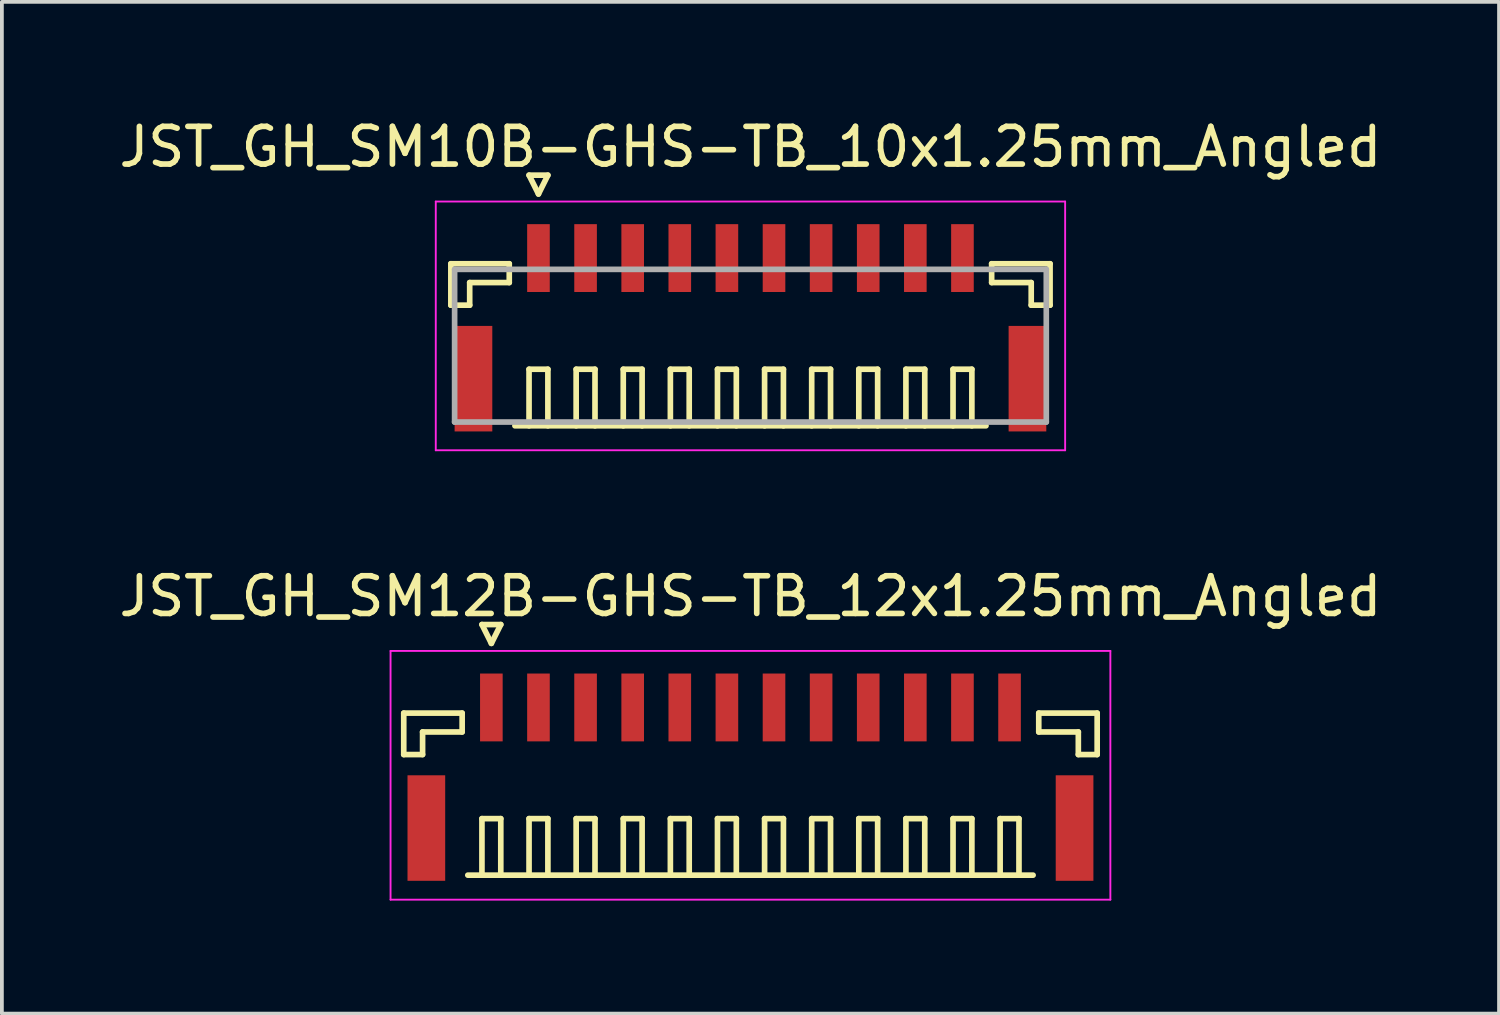
<source format=kicad_pcb>
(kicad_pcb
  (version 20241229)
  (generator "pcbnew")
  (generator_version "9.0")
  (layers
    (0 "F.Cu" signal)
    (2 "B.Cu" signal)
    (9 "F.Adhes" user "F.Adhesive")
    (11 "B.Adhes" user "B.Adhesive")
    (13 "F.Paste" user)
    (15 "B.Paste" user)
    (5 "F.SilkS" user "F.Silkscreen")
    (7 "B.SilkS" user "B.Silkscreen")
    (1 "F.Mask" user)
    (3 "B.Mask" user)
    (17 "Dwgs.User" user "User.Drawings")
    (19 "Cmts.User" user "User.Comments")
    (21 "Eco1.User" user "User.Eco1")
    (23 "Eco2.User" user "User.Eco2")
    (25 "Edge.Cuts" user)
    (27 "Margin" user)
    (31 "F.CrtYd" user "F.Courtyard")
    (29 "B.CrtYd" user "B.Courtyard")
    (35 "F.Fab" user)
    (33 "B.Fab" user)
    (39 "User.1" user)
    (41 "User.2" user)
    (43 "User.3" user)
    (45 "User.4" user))
  (footprint "JST_GH_SM10B-GHS-TB_10x1.25mm_Angled"
    (layer "F.Cu")
    (at 16.863 5.398)
    (property "Reference" "JST_GH_SM10B-GHS-TB_10x1.25mm_Angled" (at 0 -4.55 0) (layer "F.SilkS") (effects (font (size 1 1) (thickness 0.15))))
    (attr smd)
    (fp_line (start -7.95 -1.45) (end -6.4 -1.45) (stroke (width 0.15) (type solid)) (layer "F.SilkS"))
    (fp_line (start -7.95 -0.35) (end -7.95 -1.45) (stroke (width 0.15) (type solid)) (layer "F.SilkS"))
    (fp_line (start -7.45 -0.95) (end -7.45 -0.35) (stroke (width 0.15) (type solid)) (layer "F.SilkS"))
    (fp_line (start -7.45 -0.35) (end -7.95 -0.35) (stroke (width 0.15) (type solid)) (layer "F.SilkS"))
    (fp_line (start -6.4 -1.45) (end -6.4 -0.95) (stroke (width 0.15) (type solid)) (layer "F.SilkS"))
    (fp_line (start -6.4 -0.95) (end -7.45 -0.95) (stroke (width 0.15) (type solid)) (layer "F.SilkS"))
    (fp_line (start -6.25 2.85) (end 6.25 2.85) (stroke (width 0.15) (type solid)) (layer "F.SilkS"))
    (fp_line (start -5.875 -3.8) (end -5.375 -3.8) (stroke (width 0.15) (type solid)) (layer "F.SilkS"))
    (fp_line (start -5.875 1.35) (end -5.375 1.35) (stroke (width 0.15) (type solid)) (layer "F.SilkS"))
    (fp_line (start -5.875 2.85) (end -5.875 1.35) (stroke (width 0.15) (type solid)) (layer "F.SilkS"))
    (fp_line (start -5.625 -3.3) (end -5.875 -3.8) (stroke (width 0.15) (type solid)) (layer "F.SilkS"))
    (fp_line (start -5.375 -3.8) (end -5.625 -3.3) (stroke (width 0.15) (type solid)) (layer "F.SilkS"))
    (fp_line (start -5.375 1.35) (end -5.375 2.85) (stroke (width 0.15) (type solid)) (layer "F.SilkS"))
    (fp_line (start -4.625 1.35) (end -4.125 1.35) (stroke (width 0.15) (type solid)) (layer "F.SilkS"))
    (fp_line (start -4.625 2.85) (end -4.625 1.35) (stroke (width 0.15) (type solid)) (layer "F.SilkS"))
    (fp_line (start -4.125 1.35) (end -4.125 2.85) (stroke (width 0.15) (type solid)) (layer "F.SilkS"))
    (fp_line (start -3.375 1.35) (end -2.875 1.35) (stroke (width 0.15) (type solid)) (layer "F.SilkS"))
    (fp_line (start -3.375 2.85) (end -3.375 1.35) (stroke (width 0.15) (type solid)) (layer "F.SilkS"))
    (fp_line (start -2.875 1.35) (end -2.875 2.85) (stroke (width 0.15) (type solid)) (layer "F.SilkS"))
    (fp_line (start -2.125 1.35) (end -1.625 1.35) (stroke (width 0.15) (type solid)) (layer "F.SilkS"))
    (fp_line (start -2.125 2.85) (end -2.125 1.35) (stroke (width 0.15) (type solid)) (layer "F.SilkS"))
    (fp_line (start -1.625 1.35) (end -1.625 2.85) (stroke (width 0.15) (type solid)) (layer "F.SilkS"))
    (fp_line (start -0.875 1.35) (end -0.375 1.35) (stroke (width 0.15) (type solid)) (layer "F.SilkS"))
    (fp_line (start -0.875 2.85) (end -0.875 1.35) (stroke (width 0.15) (type solid)) (layer "F.SilkS"))
    (fp_line (start -0.375 1.35) (end -0.375 2.85) (stroke (width 0.15) (type solid)) (layer "F.SilkS"))
    (fp_line (start 0.375 1.35) (end 0.875 1.35) (stroke (width 0.15) (type solid)) (layer "F.SilkS"))
    (fp_line (start 0.375 2.85) (end 0.375 1.35) (stroke (width 0.15) (type solid)) (layer "F.SilkS"))
    (fp_line (start 0.875 1.35) (end 0.875 2.85) (stroke (width 0.15) (type solid)) (layer "F.SilkS"))
    (fp_line (start 1.625 1.35) (end 2.125 1.35) (stroke (width 0.15) (type solid)) (layer "F.SilkS"))
    (fp_line (start 1.625 2.85) (end 1.625 1.35) (stroke (width 0.15) (type solid)) (layer "F.SilkS"))
    (fp_line (start 2.125 1.35) (end 2.125 2.85) (stroke (width 0.15) (type solid)) (layer "F.SilkS"))
    (fp_line (start 2.875 1.35) (end 3.375 1.35) (stroke (width 0.15) (type solid)) (layer "F.SilkS"))
    (fp_line (start 2.875 2.85) (end 2.875 1.35) (stroke (width 0.15) (type solid)) (layer "F.SilkS"))
    (fp_line (start 3.375 1.35) (end 3.375 2.85) (stroke (width 0.15) (type solid)) (layer "F.SilkS"))
    (fp_line (start 4.125 1.35) (end 4.625 1.35) (stroke (width 0.15) (type solid)) (layer "F.SilkS"))
    (fp_line (start 4.125 2.85) (end 4.125 1.35) (stroke (width 0.15) (type solid)) (layer "F.SilkS"))
    (fp_line (start 4.625 1.35) (end 4.625 2.85) (stroke (width 0.15) (type solid)) (layer "F.SilkS"))
    (fp_line (start 5.375 1.35) (end 5.875 1.35) (stroke (width 0.15) (type solid)) (layer "F.SilkS"))
    (fp_line (start 5.375 2.85) (end 5.375 1.35) (stroke (width 0.15) (type solid)) (layer "F.SilkS"))
    (fp_line (start 5.875 1.35) (end 5.875 2.85) (stroke (width 0.15) (type solid)) (layer "F.SilkS"))
    (fp_line (start 6.4 -1.45) (end 6.4 -0.95) (stroke (width 0.15) (type solid)) (layer "F.SilkS"))
    (fp_line (start 6.4 -0.95) (end 7.45 -0.95) (stroke (width 0.15) (type solid)) (layer "F.SilkS"))
    (fp_line (start 7.45 -0.95) (end 7.45 -0.35) (stroke (width 0.15) (type solid)) (layer "F.SilkS"))
    (fp_line (start 7.45 -0.35) (end 7.95 -0.35) (stroke (width 0.15) (type solid)) (layer "F.SilkS"))
    (fp_line (start 7.95 -1.45) (end 6.4 -1.45) (stroke (width 0.15) (type solid)) (layer "F.SilkS"))
    (fp_line (start 7.95 -0.35) (end 7.95 -1.45) (stroke (width 0.15) (type solid)) (layer "F.SilkS"))
    (fp_line (start -8.35 -3.1) (end -8.35 3.5) (stroke (width 0.05) (type solid)) (layer "F.CrtYd"))
    (fp_line (start -8.35 3.5) (end 8.35 3.5) (stroke (width 0.05) (type solid)) (layer "F.CrtYd"))
    (fp_line (start 8.35 -3.1) (end -8.35 -3.1) (stroke (width 0.05) (type solid)) (layer "F.CrtYd"))
    (fp_line (start 8.35 3.5) (end 8.35 -3.1) (stroke (width 0.05) (type solid)) (layer "F.CrtYd"))
    (fp_line (start -7.85 -1.3) (end -7.85 2.75) (stroke (width 0.15) (type solid)) (layer "F.Fab"))
    (fp_line (start -7.85 2.75) (end 7.85 2.75) (stroke (width 0.15) (type solid)) (layer "F.Fab"))
    (fp_line (start 7.85 -1.3) (end -7.85 -1.3) (stroke (width 0.15) (type solid)) (layer "F.Fab"))
    (fp_line (start 7.85 2.75) (end 7.85 -1.3) (stroke (width 0.15) (type solid)) (layer "F.Fab"))
    (pad "" smd rect (at -7.35 1.6) (size 1 2.8) (layers "F.Cu" "F.Mask" "F.Paste"))
    (pad "" smd rect (at 7.35 1.6) (size 1 2.8) (layers "F.Cu" "F.Mask" "F.Paste"))
    (pad "1" smd rect (at -5.625 -1.6) (size 0.6 1.8) (layers "F.Cu" "F.Mask" "F.Paste"))
    (pad "2" smd rect (at -4.375 -1.6) (size 0.6 1.8) (layers "F.Cu" "F.Mask" "F.Paste"))
    (pad "3" smd rect (at -3.125 -1.6) (size 0.6 1.8) (layers "F.Cu" "F.Mask" "F.Paste"))
    (pad "4" smd rect (at -1.875 -1.6) (size 0.6 1.8) (layers "F.Cu" "F.Mask" "F.Paste"))
    (pad "5" smd rect (at -0.625 -1.6) (size 0.6 1.8) (layers "F.Cu" "F.Mask" "F.Paste"))
    (pad "6" smd rect (at 0.625 -1.6) (size 0.6 1.8) (layers "F.Cu" "F.Mask" "F.Paste"))
    (pad "7" smd rect (at 1.875 -1.6) (size 0.6 1.8) (layers "F.Cu" "F.Mask" "F.Paste"))
    (pad "8" smd rect (at 3.125 -1.6) (size 0.6 1.8) (layers "F.Cu" "F.Mask" "F.Paste"))
    (pad "9" smd rect (at 4.375 -1.6) (size 0.6 1.8) (layers "F.Cu" "F.Mask" "F.Paste"))
    (pad "10" smd rect (at 5.625 -1.6) (size 0.6 1.8) (layers "F.Cu" "F.Mask" "F.Paste")))
  (footprint "JST_GH_SM12B-GHS-TB_12x1.25mm_Angled"
    (layer "F.Cu")
    (at 16.863 17.322)
    (property "Reference" "JST_GH_SM12B-GHS-TB_12x1.25mm_Angled" (at 0 -4.55 0) (layer "F.SilkS") (effects (font (size 1 1) (thickness 0.15))))
    (attr smd)
    (fp_line (start -9.2 -1.45) (end -7.65 -1.45) (stroke (width 0.15) (type solid)) (layer "F.SilkS"))
    (fp_line (start -9.2 -0.35) (end -9.2 -1.45) (stroke (width 0.15) (type solid)) (layer "F.SilkS"))
    (fp_line (start -8.7 -0.95) (end -8.7 -0.35) (stroke (width 0.15) (type solid)) (layer "F.SilkS"))
    (fp_line (start -8.7 -0.35) (end -9.2 -0.35) (stroke (width 0.15) (type solid)) (layer "F.SilkS"))
    (fp_line (start -7.65 -1.45) (end -7.65 -0.95) (stroke (width 0.15) (type solid)) (layer "F.SilkS"))
    (fp_line (start -7.65 -0.95) (end -8.7 -0.95) (stroke (width 0.15) (type solid)) (layer "F.SilkS"))
    (fp_line (start -7.5 2.85) (end 7.5 2.85) (stroke (width 0.15) (type solid)) (layer "F.SilkS"))
    (fp_line (start -7.125 -3.8) (end -6.625 -3.8) (stroke (width 0.15) (type solid)) (layer "F.SilkS"))
    (fp_line (start -7.125 1.35) (end -6.625 1.35) (stroke (width 0.15) (type solid)) (layer "F.SilkS"))
    (fp_line (start -7.125 2.85) (end -7.125 1.35) (stroke (width 0.15) (type solid)) (layer "F.SilkS"))
    (fp_line (start -6.875 -3.3) (end -7.125 -3.8) (stroke (width 0.15) (type solid)) (layer "F.SilkS"))
    (fp_line (start -6.625 -3.8) (end -6.875 -3.3) (stroke (width 0.15) (type solid)) (layer "F.SilkS"))
    (fp_line (start -6.625 1.35) (end -6.625 2.85) (stroke (width 0.15) (type solid)) (layer "F.SilkS"))
    (fp_line (start -5.875 1.35) (end -5.375 1.35) (stroke (width 0.15) (type solid)) (layer "F.SilkS"))
    (fp_line (start -5.875 2.85) (end -5.875 1.35) (stroke (width 0.15) (type solid)) (layer "F.SilkS"))
    (fp_line (start -5.375 1.35) (end -5.375 2.85) (stroke (width 0.15) (type solid)) (layer "F.SilkS"))
    (fp_line (start -4.625 1.35) (end -4.125 1.35) (stroke (width 0.15) (type solid)) (layer "F.SilkS"))
    (fp_line (start -4.625 2.85) (end -4.625 1.35) (stroke (width 0.15) (type solid)) (layer "F.SilkS"))
    (fp_line (start -4.125 1.35) (end -4.125 2.85) (stroke (width 0.15) (type solid)) (layer "F.SilkS"))
    (fp_line (start -3.375 1.35) (end -2.875 1.35) (stroke (width 0.15) (type solid)) (layer "F.SilkS"))
    (fp_line (start -3.375 2.85) (end -3.375 1.35) (stroke (width 0.15) (type solid)) (layer "F.SilkS"))
    (fp_line (start -2.875 1.35) (end -2.875 2.85) (stroke (width 0.15) (type solid)) (layer "F.SilkS"))
    (fp_line (start -2.125 1.35) (end -1.625 1.35) (stroke (width 0.15) (type solid)) (layer "F.SilkS"))
    (fp_line (start -2.125 2.85) (end -2.125 1.35) (stroke (width 0.15) (type solid)) (layer "F.SilkS"))
    (fp_line (start -1.625 1.35) (end -1.625 2.85) (stroke (width 0.15) (type solid)) (layer "F.SilkS"))
    (fp_line (start -0.875 1.35) (end -0.375 1.35) (stroke (width 0.15) (type solid)) (layer "F.SilkS"))
    (fp_line (start -0.875 2.85) (end -0.875 1.35) (stroke (width 0.15) (type solid)) (layer "F.SilkS"))
    (fp_line (start -0.375 1.35) (end -0.375 2.85) (stroke (width 0.15) (type solid)) (layer "F.SilkS"))
    (fp_line (start 0.375 1.35) (end 0.875 1.35) (stroke (width 0.15) (type solid)) (layer "F.SilkS"))
    (fp_line (start 0.375 2.85) (end 0.375 1.35) (stroke (width 0.15) (type solid)) (layer "F.SilkS"))
    (fp_line (start 0.875 1.35) (end 0.875 2.85) (stroke (width 0.15) (type solid)) (layer "F.SilkS"))
    (fp_line (start 1.625 1.35) (end 2.125 1.35) (stroke (width 0.15) (type solid)) (layer "F.SilkS"))
    (fp_line (start 1.625 2.85) (end 1.625 1.35) (stroke (width 0.15) (type solid)) (layer "F.SilkS"))
    (fp_line (start 2.125 1.35) (end 2.125 2.85) (stroke (width 0.15) (type solid)) (layer "F.SilkS"))
    (fp_line (start 2.875 1.35) (end 3.375 1.35) (stroke (width 0.15) (type solid)) (layer "F.SilkS"))
    (fp_line (start 2.875 2.85) (end 2.875 1.35) (stroke (width 0.15) (type solid)) (layer "F.SilkS"))
    (fp_line (start 3.375 1.35) (end 3.375 2.85) (stroke (width 0.15) (type solid)) (layer "F.SilkS"))
    (fp_line (start 4.125 1.35) (end 4.625 1.35) (stroke (width 0.15) (type solid)) (layer "F.SilkS"))
    (fp_line (start 4.125 2.85) (end 4.125 1.35) (stroke (width 0.15) (type solid)) (layer "F.SilkS"))
    (fp_line (start 4.625 1.35) (end 4.625 2.85) (stroke (width 0.15) (type solid)) (layer "F.SilkS"))
    (fp_line (start 5.375 1.35) (end 5.875 1.35) (stroke (width 0.15) (type solid)) (layer "F.SilkS"))
    (fp_line (start 5.375 2.85) (end 5.375 1.35) (stroke (width 0.15) (type solid)) (layer "F.SilkS"))
    (fp_line (start 5.875 1.35) (end 5.875 2.85) (stroke (width 0.15) (type solid)) (layer "F.SilkS"))
    (fp_line (start 6.625 1.35) (end 7.125 1.35) (stroke (width 0.15) (type solid)) (layer "F.SilkS"))
    (fp_line (start 6.625 2.85) (end 6.625 1.35) (stroke (width 0.15) (type solid)) (layer "F.SilkS"))
    (fp_line (start 7.125 1.35) (end 7.125 2.85) (stroke (width 0.15) (type solid)) (layer "F.SilkS"))
    (fp_line (start 7.65 -1.45) (end 7.65 -0.95) (stroke (width 0.15) (type solid)) (layer "F.SilkS"))
    (fp_line (start 7.65 -0.95) (end 8.7 -0.95) (stroke (width 0.15) (type solid)) (layer "F.SilkS"))
    (fp_line (start 8.7 -0.95) (end 8.7 -0.35) (stroke (width 0.15) (type solid)) (layer "F.SilkS"))
    (fp_line (start 8.7 -0.35) (end 9.2 -0.35) (stroke (width 0.15) (type solid)) (layer "F.SilkS"))
    (fp_line (start 9.2 -1.45) (end 7.65 -1.45) (stroke (width 0.15) (type solid)) (layer "F.SilkS"))
    (fp_line (start 9.2 -0.35) (end 9.2 -1.45) (stroke (width 0.15) (type solid)) (layer "F.SilkS"))
    (fp_line (start -9.55 -3.1) (end -9.55 3.5) (stroke (width 0.05) (type solid)) (layer "F.CrtYd"))
    (fp_line (start -9.55 3.5) (end 9.55 3.5) (stroke (width 0.05) (type solid)) (layer "F.CrtYd"))
    (fp_line (start 9.55 -3.1) (end -9.55 -3.1) (stroke (width 0.05) (type solid)) (layer "F.CrtYd"))
    (fp_line (start 9.55 3.5) (end 9.55 -3.1) (stroke (width 0.05) (type solid)) (layer "F.CrtYd"))
    (pad "" smd rect (at -8.6 1.6) (size 1 2.8) (layers "F.Cu" "F.Mask" "F.Paste"))
    (pad "" smd rect (at 8.6 1.6) (size 1 2.8) (layers "F.Cu" "F.Mask" "F.Paste"))
    (pad "1" smd rect (at -6.875 -1.6) (size 0.6 1.8) (layers "F.Cu" "F.Mask" "F.Paste"))
    (pad "2" smd rect (at -5.625 -1.6) (size 0.6 1.8) (layers "F.Cu" "F.Mask" "F.Paste"))
    (pad "3" smd rect (at -4.375 -1.6) (size 0.6 1.8) (layers "F.Cu" "F.Mask" "F.Paste"))
    (pad "4" smd rect (at -3.125 -1.6) (size 0.6 1.8) (layers "F.Cu" "F.Mask" "F.Paste"))
    (pad "5" smd rect (at -1.875 -1.6) (size 0.6 1.8) (layers "F.Cu" "F.Mask" "F.Paste"))
    (pad "6" smd rect (at -0.625 -1.6) (size 0.6 1.8) (layers "F.Cu" "F.Mask" "F.Paste"))
    (pad "7" smd rect (at 0.625 -1.6) (size 0.6 1.8) (layers "F.Cu" "F.Mask" "F.Paste"))
    (pad "8" smd rect (at 1.875 -1.6) (size 0.6 1.8) (layers "F.Cu" "F.Mask" "F.Paste"))
    (pad "9" smd rect (at 3.125 -1.6) (size 0.6 1.8) (layers "F.Cu" "F.Mask" "F.Paste"))
    (pad "10" smd rect (at 4.375 -1.6) (size 0.6 1.8) (layers "F.Cu" "F.Mask" "F.Paste"))
    (pad "11" smd rect (at 5.625 -1.6) (size 0.6 1.8) (layers "F.Cu" "F.Mask" "F.Paste"))
    (pad "12" smd rect (at 6.875 -1.6) (size 0.6 1.8) (layers "F.Cu" "F.Mask" "F.Paste")))
  (gr_rect
    (start -3 -3)
    (end 36.726 23.846)
    (stroke (width 0.1) (type default))
    (fill no)
    (layer "Edge.Cuts")))
</source>
